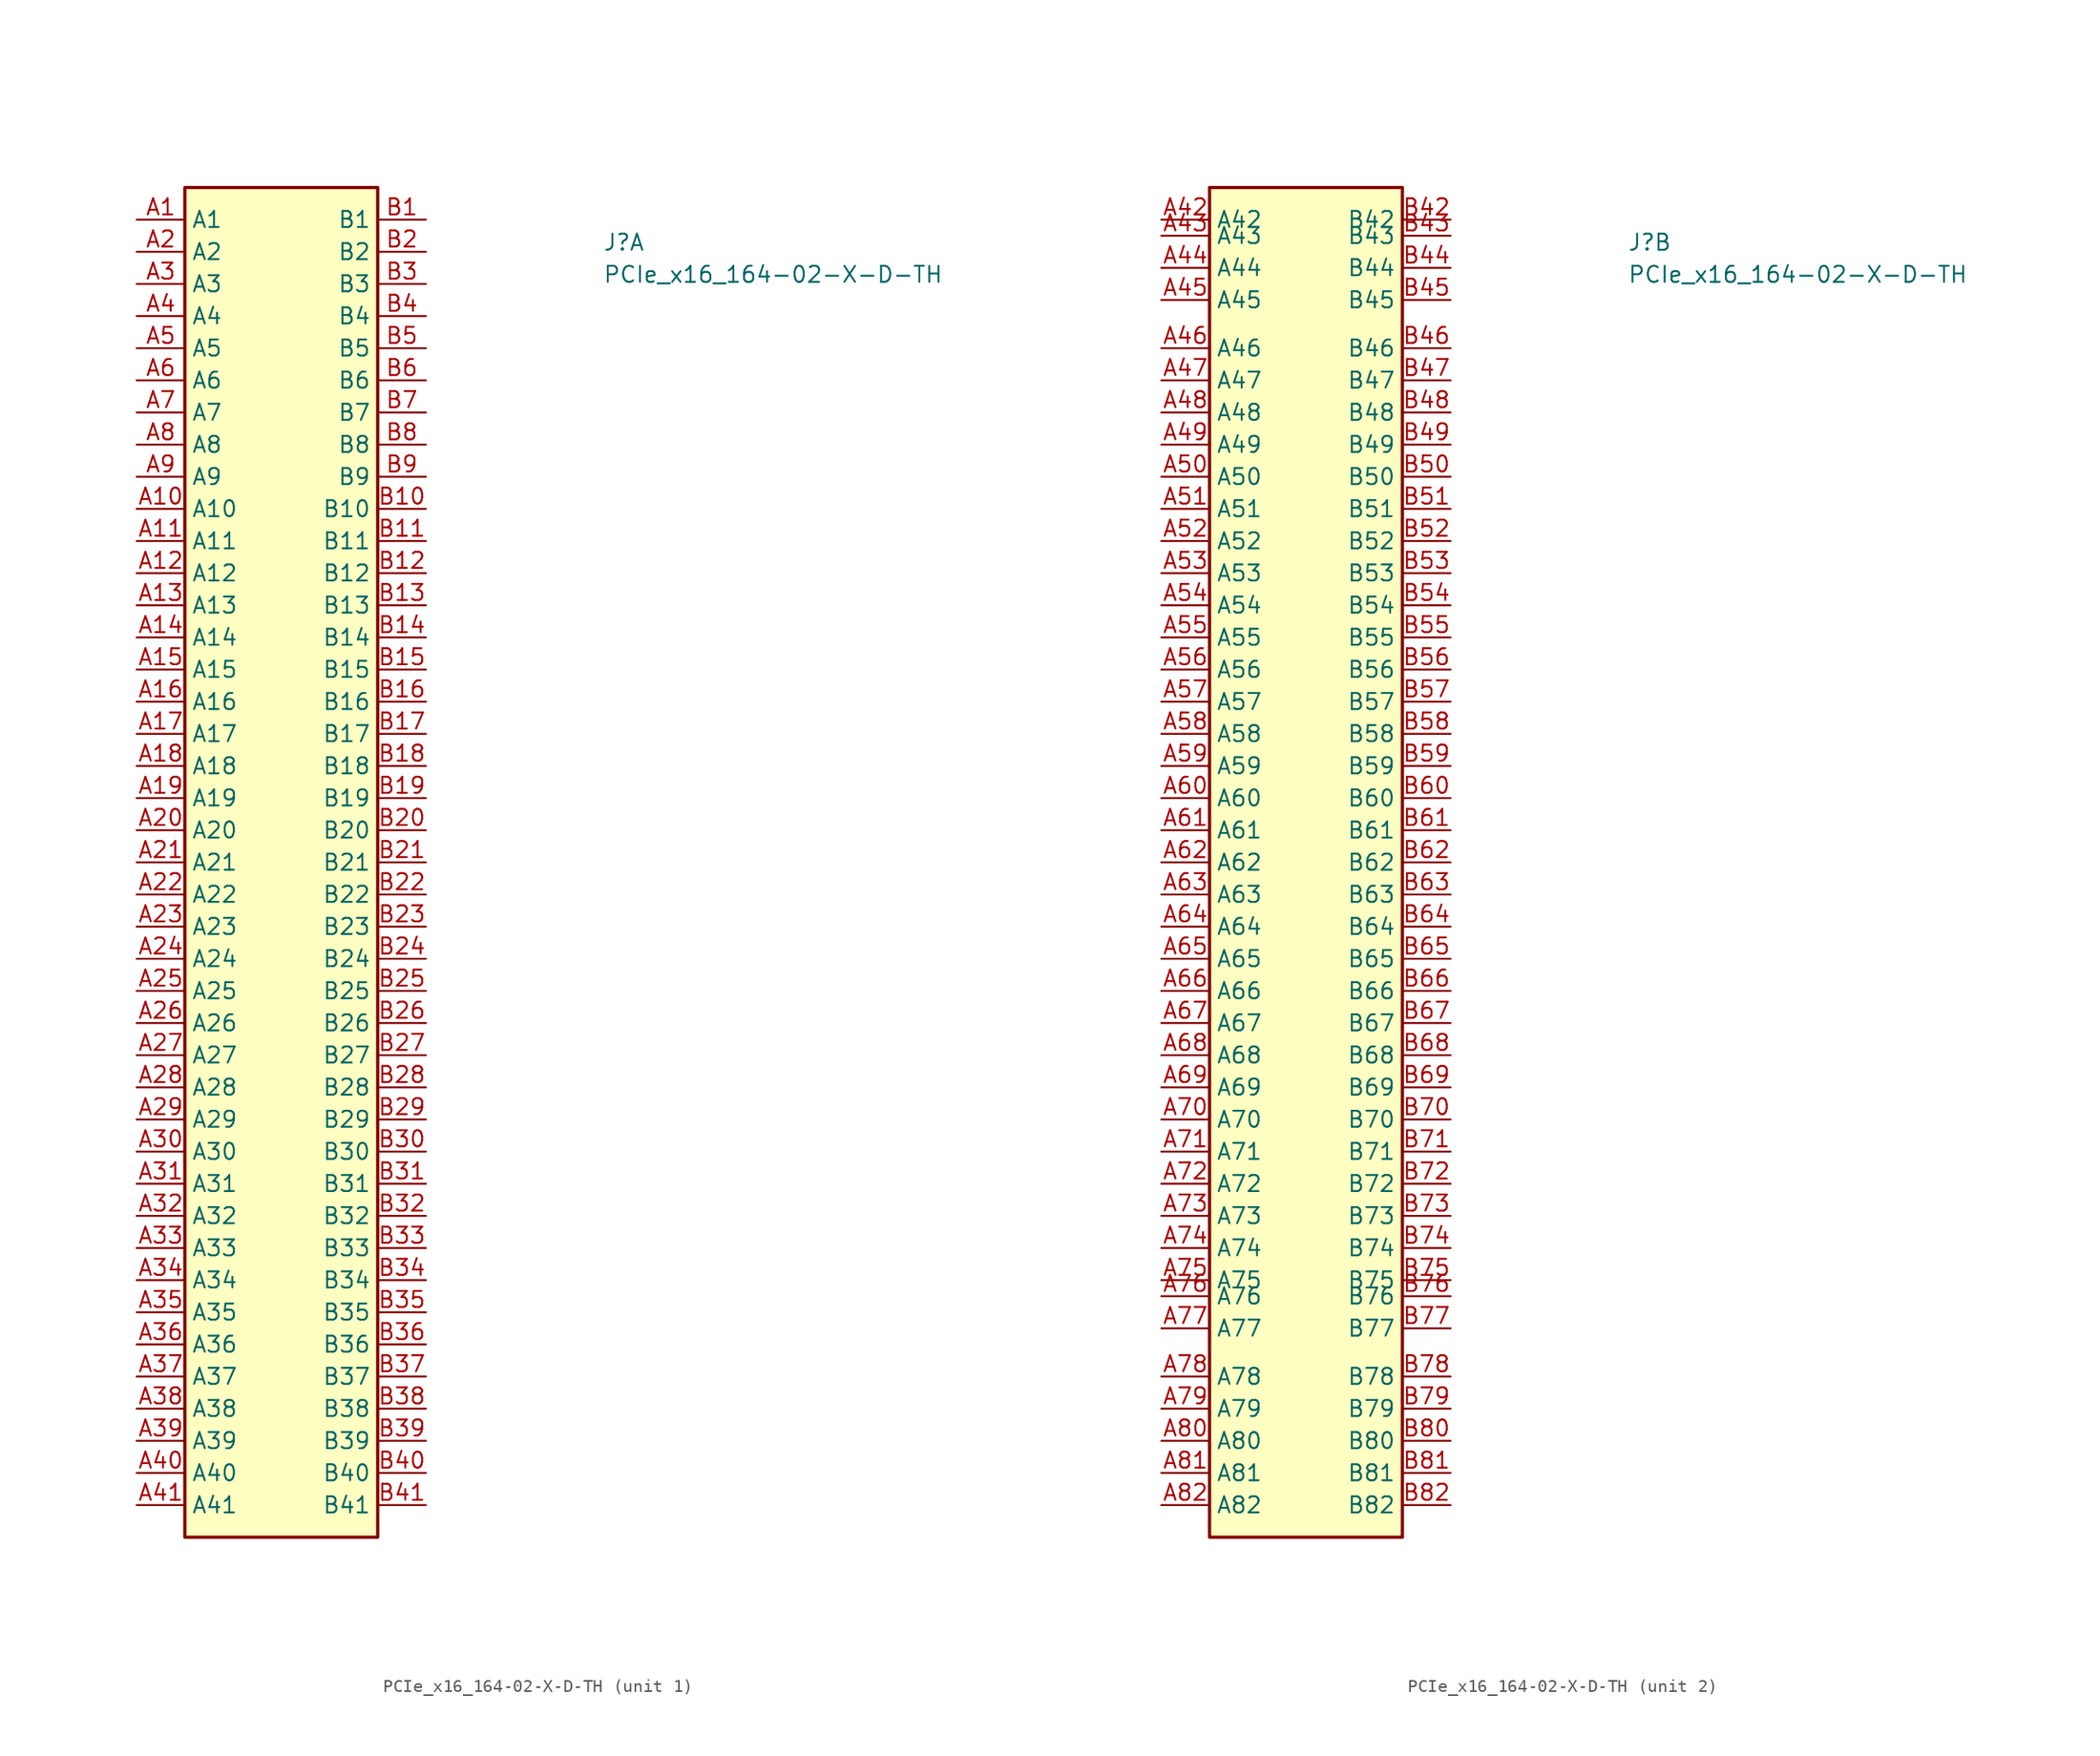
<source format=kicad_sym>
(kicad_symbol_lib
  (version 20211014)
  (generator kicad_symbol_editor)
  (symbol "PCIe_x16_164-02-X-D-TH"
    (property "Reference" "J"
      (at 36.83 -2.54 0)
      (effects (font (size 1.27 1.27) (thickness 0.15)) (justify left bottom)))
    (property "Value" "PCIe_x16_164-02-X-D-TH"
      (at 36.83 -5.08 0)
      (effects (font (size 1.27 1.27) (thickness 0.15)) (justify left bottom)))
    (symbol "PCIe_x16_164-02-X-D-TH_1_1"
      (rectangle (start 3.81 -104.14) (end 19.05 2.54) (stroke (width 0.254) (type default) (color 0 0 0 0)) (fill (type background)))
      (pin passive line (at 0 0 0) (length 3.81) (name "A1" (effects (font (size 1.27 1.27)))) (number "A1" (effects (font (size 1.27 1.27)))))
      (pin passive line (at 0 -22.86 0) (length 3.81) (name "A10" (effects (font (size 1.27 1.27)))) (number "A10" (effects (font (size 1.27 1.27)))))
      (pin passive line (at 0 -25.4 0) (length 3.81) (name "A11" (effects (font (size 1.27 1.27)))) (number "A11" (effects (font (size 1.27 1.27)))))
      (pin passive line (at 0 -27.94 0) (length 3.81) (name "A12" (effects (font (size 1.27 1.27)))) (number "A12" (effects (font (size 1.27 1.27)))))
      (pin passive line (at 0 -30.48 0) (length 3.81) (name "A13" (effects (font (size 1.27 1.27)))) (number "A13" (effects (font (size 1.27 1.27)))))
      (pin passive line (at 0 -33.02 0) (length 3.81) (name "A14" (effects (font (size 1.27 1.27)))) (number "A14" (effects (font (size 1.27 1.27)))))
      (pin passive line (at 0 -35.56 0) (length 3.81) (name "A15" (effects (font (size 1.27 1.27)))) (number "A15" (effects (font (size 1.27 1.27)))))
      (pin passive line (at 0 -38.1 0) (length 3.81) (name "A16" (effects (font (size 1.27 1.27)))) (number "A16" (effects (font (size 1.27 1.27)))))
      (pin passive line (at 0 -40.64 0) (length 3.81) (name "A17" (effects (font (size 1.27 1.27)))) (number "A17" (effects (font (size 1.27 1.27)))))
      (pin passive line (at 0 -43.18 0) (length 3.81) (name "A18" (effects (font (size 1.27 1.27)))) (number "A18" (effects (font (size 1.27 1.27)))))
      (pin passive line (at 0 -45.72 0) (length 3.81) (name "A19" (effects (font (size 1.27 1.27)))) (number "A19" (effects (font (size 1.27 1.27)))))
      (pin passive line (at 0 -2.54 0) (length 3.81) (name "A2" (effects (font (size 1.27 1.27)))) (number "A2" (effects (font (size 1.27 1.27)))))
      (pin passive line (at 0 -48.26 0) (length 3.81) (name "A20" (effects (font (size 1.27 1.27)))) (number "A20" (effects (font (size 1.27 1.27)))))
      (pin passive line (at 0 -50.8 0) (length 3.81) (name "A21" (effects (font (size 1.27 1.27)))) (number "A21" (effects (font (size 1.27 1.27)))))
      (pin passive line (at 0 -53.34 0) (length 3.81) (name "A22" (effects (font (size 1.27 1.27)))) (number "A22" (effects (font (size 1.27 1.27)))))
      (pin passive line (at 0 -55.88 0) (length 3.81) (name "A23" (effects (font (size 1.27 1.27)))) (number "A23" (effects (font (size 1.27 1.27)))))
      (pin passive line (at 0 -58.42 0) (length 3.81) (name "A24" (effects (font (size 1.27 1.27)))) (number "A24" (effects (font (size 1.27 1.27)))))
      (pin passive line (at 0 -60.96 0) (length 3.81) (name "A25" (effects (font (size 1.27 1.27)))) (number "A25" (effects (font (size 1.27 1.27)))))
      (pin passive line (at 0 -63.5 0) (length 3.81) (name "A26" (effects (font (size 1.27 1.27)))) (number "A26" (effects (font (size 1.27 1.27)))))
      (pin passive line (at 0 -66.04 0) (length 3.81) (name "A27" (effects (font (size 1.27 1.27)))) (number "A27" (effects (font (size 1.27 1.27)))))
      (pin passive line (at 0 -68.58 0) (length 3.81) (name "A28" (effects (font (size 1.27 1.27)))) (number "A28" (effects (font (size 1.27 1.27)))))
      (pin passive line (at 0 -71.12 0) (length 3.81) (name "A29" (effects (font (size 1.27 1.27)))) (number "A29" (effects (font (size 1.27 1.27)))))
      (pin passive line (at 0 -5.08 0) (length 3.81) (name "A3" (effects (font (size 1.27 1.27)))) (number "A3" (effects (font (size 1.27 1.27)))))
      (pin passive line (at 0 -73.66 0) (length 3.81) (name "A30" (effects (font (size 1.27 1.27)))) (number "A30" (effects (font (size 1.27 1.27)))))
      (pin passive line (at 0 -76.2 0) (length 3.81) (name "A31" (effects (font (size 1.27 1.27)))) (number "A31" (effects (font (size 1.27 1.27)))))
      (pin passive line (at 0 -78.74 0) (length 3.81) (name "A32" (effects (font (size 1.27 1.27)))) (number "A32" (effects (font (size 1.27 1.27)))))
      (pin passive line (at 0 -81.28 0) (length 3.81) (name "A33" (effects (font (size 1.27 1.27)))) (number "A33" (effects (font (size 1.27 1.27)))))
      (pin passive line (at 0 -83.82 0) (length 3.81) (name "A34" (effects (font (size 1.27 1.27)))) (number "A34" (effects (font (size 1.27 1.27)))))
      (pin passive line (at 0 -86.36 0) (length 3.81) (name "A35" (effects (font (size 1.27 1.27)))) (number "A35" (effects (font (size 1.27 1.27)))))
      (pin passive line (at 0 -88.9 0) (length 3.81) (name "A36" (effects (font (size 1.27 1.27)))) (number "A36" (effects (font (size 1.27 1.27)))))
      (pin passive line (at 0 -91.44 0) (length 3.81) (name "A37" (effects (font (size 1.27 1.27)))) (number "A37" (effects (font (size 1.27 1.27)))))
      (pin passive line (at 0 -93.98 0) (length 3.81) (name "A38" (effects (font (size 1.27 1.27)))) (number "A38" (effects (font (size 1.27 1.27)))))
      (pin passive line (at 0 -96.52 0) (length 3.81) (name "A39" (effects (font (size 1.27 1.27)))) (number "A39" (effects (font (size 1.27 1.27)))))
      (pin passive line (at 0 -7.62 0) (length 3.81) (name "A4" (effects (font (size 1.27 1.27)))) (number "A4" (effects (font (size 1.27 1.27)))))
      (pin passive line (at 0 -99.06 0) (length 3.81) (name "A40" (effects (font (size 1.27 1.27)))) (number "A40" (effects (font (size 1.27 1.27)))))
      (pin passive line (at 0 -101.6 0) (length 3.81) (name "A41" (effects (font (size 1.27 1.27)))) (number "A41" (effects (font (size 1.27 1.27)))))
      (pin passive line (at 0 -10.16 0) (length 3.81) (name "A5" (effects (font (size 1.27 1.27)))) (number "A5" (effects (font (size 1.27 1.27)))))
      (pin passive line (at 0 -12.7 0) (length 3.81) (name "A6" (effects (font (size 1.27 1.27)))) (number "A6" (effects (font (size 1.27 1.27)))))
      (pin passive line (at 0 -15.24 0) (length 3.81) (name "A7" (effects (font (size 1.27 1.27)))) (number "A7" (effects (font (size 1.27 1.27)))))
      (pin passive line (at 0 -17.78 0) (length 3.81) (name "A8" (effects (font (size 1.27 1.27)))) (number "A8" (effects (font (size 1.27 1.27)))))
      (pin passive line (at 0 -20.32 0) (length 3.81) (name "A9" (effects (font (size 1.27 1.27)))) (number "A9" (effects (font (size 1.27 1.27)))))
      (pin passive line (at 22.86 0 180) (length 3.81) (name "B1" (effects (font (size 1.27 1.27)))) (number "B1" (effects (font (size 1.27 1.27)))))
      (pin passive line (at 22.86 -22.86 180) (length 3.81) (name "B10" (effects (font (size 1.27 1.27)))) (number "B10" (effects (font (size 1.27 1.27)))))
      (pin passive line (at 22.86 -25.4 180) (length 3.81) (name "B11" (effects (font (size 1.27 1.27)))) (number "B11" (effects (font (size 1.27 1.27)))))
      (pin passive line (at 22.86 -27.94 180) (length 3.81) (name "B12" (effects (font (size 1.27 1.27)))) (number "B12" (effects (font (size 1.27 1.27)))))
      (pin passive line (at 22.86 -30.48 180) (length 3.81) (name "B13" (effects (font (size 1.27 1.27)))) (number "B13" (effects (font (size 1.27 1.27)))))
      (pin passive line (at 22.86 -33.02 180) (length 3.81) (name "B14" (effects (font (size 1.27 1.27)))) (number "B14" (effects (font (size 1.27 1.27)))))
      (pin passive line (at 22.86 -35.56 180) (length 3.81) (name "B15" (effects (font (size 1.27 1.27)))) (number "B15" (effects (font (size 1.27 1.27)))))
      (pin passive line (at 22.86 -38.1 180) (length 3.81) (name "B16" (effects (font (size 1.27 1.27)))) (number "B16" (effects (font (size 1.27 1.27)))))
      (pin passive line (at 22.86 -40.64 180) (length 3.81) (name "B17" (effects (font (size 1.27 1.27)))) (number "B17" (effects (font (size 1.27 1.27)))))
      (pin passive line (at 22.86 -43.18 180) (length 3.81) (name "B18" (effects (font (size 1.27 1.27)))) (number "B18" (effects (font (size 1.27 1.27)))))
      (pin passive line (at 22.86 -45.72 180) (length 3.81) (name "B19" (effects (font (size 1.27 1.27)))) (number "B19" (effects (font (size 1.27 1.27)))))
      (pin passive line (at 22.86 -2.54 180) (length 3.81) (name "B2" (effects (font (size 1.27 1.27)))) (number "B2" (effects (font (size 1.27 1.27)))))
      (pin passive line (at 22.86 -48.26 180) (length 3.81) (name "B20" (effects (font (size 1.27 1.27)))) (number "B20" (effects (font (size 1.27 1.27)))))
      (pin passive line (at 22.86 -50.8 180) (length 3.81) (name "B21" (effects (font (size 1.27 1.27)))) (number "B21" (effects (font (size 1.27 1.27)))))
      (pin passive line (at 22.86 -53.34 180) (length 3.81) (name "B22" (effects (font (size 1.27 1.27)))) (number "B22" (effects (font (size 1.27 1.27)))))
      (pin passive line (at 22.86 -55.88 180) (length 3.81) (name "B23" (effects (font (size 1.27 1.27)))) (number "B23" (effects (font (size 1.27 1.27)))))
      (pin passive line (at 22.86 -58.42 180) (length 3.81) (name "B24" (effects (font (size 1.27 1.27)))) (number "B24" (effects (font (size 1.27 1.27)))))
      (pin passive line (at 22.86 -60.96 180) (length 3.81) (name "B25" (effects (font (size 1.27 1.27)))) (number "B25" (effects (font (size 1.27 1.27)))))
      (pin passive line (at 22.86 -63.5 180) (length 3.81) (name "B26" (effects (font (size 1.27 1.27)))) (number "B26" (effects (font (size 1.27 1.27)))))
      (pin passive line (at 22.86 -66.04 180) (length 3.81) (name "B27" (effects (font (size 1.27 1.27)))) (number "B27" (effects (font (size 1.27 1.27)))))
      (pin passive line (at 22.86 -68.58 180) (length 3.81) (name "B28" (effects (font (size 1.27 1.27)))) (number "B28" (effects (font (size 1.27 1.27)))))
      (pin passive line (at 22.86 -71.12 180) (length 3.81) (name "B29" (effects (font (size 1.27 1.27)))) (number "B29" (effects (font (size 1.27 1.27)))))
      (pin passive line (at 22.86 -5.08 180) (length 3.81) (name "B3" (effects (font (size 1.27 1.27)))) (number "B3" (effects (font (size 1.27 1.27)))))
      (pin passive line (at 22.86 -73.66 180) (length 3.81) (name "B30" (effects (font (size 1.27 1.27)))) (number "B30" (effects (font (size 1.27 1.27)))))
      (pin passive line (at 22.86 -76.2 180) (length 3.81) (name "B31" (effects (font (size 1.27 1.27)))) (number "B31" (effects (font (size 1.27 1.27)))))
      (pin passive line (at 22.86 -78.74 180) (length 3.81) (name "B32" (effects (font (size 1.27 1.27)))) (number "B32" (effects (font (size 1.27 1.27)))))
      (pin passive line (at 22.86 -81.28 180) (length 3.81) (name "B33" (effects (font (size 1.27 1.27)))) (number "B33" (effects (font (size 1.27 1.27)))))
      (pin passive line (at 22.86 -83.82 180) (length 3.81) (name "B34" (effects (font (size 1.27 1.27)))) (number "B34" (effects (font (size 1.27 1.27)))))
      (pin passive line (at 22.86 -86.36 180) (length 3.81) (name "B35" (effects (font (size 1.27 1.27)))) (number "B35" (effects (font (size 1.27 1.27)))))
      (pin passive line (at 22.86 -88.9 180) (length 3.81) (name "B36" (effects (font (size 1.27 1.27)))) (number "B36" (effects (font (size 1.27 1.27)))))
      (pin passive line (at 22.86 -91.44 180) (length 3.81) (name "B37" (effects (font (size 1.27 1.27)))) (number "B37" (effects (font (size 1.27 1.27)))))
      (pin passive line (at 22.86 -93.98 180) (length 3.81) (name "B38" (effects (font (size 1.27 1.27)))) (number "B38" (effects (font (size 1.27 1.27)))))
      (pin passive line (at 22.86 -96.52 180) (length 3.81) (name "B39" (effects (font (size 1.27 1.27)))) (number "B39" (effects (font (size 1.27 1.27)))))
      (pin passive line (at 22.86 -7.62 180) (length 3.81) (name "B4" (effects (font (size 1.27 1.27)))) (number "B4" (effects (font (size 1.27 1.27)))))
      (pin passive line (at 22.86 -99.06 180) (length 3.81) (name "B40" (effects (font (size 1.27 1.27)))) (number "B40" (effects (font (size 1.27 1.27)))))
      (pin passive line (at 22.86 -101.6 180) (length 3.81) (name "B41" (effects (font (size 1.27 1.27)))) (number "B41" (effects (font (size 1.27 1.27)))))
      (pin passive line (at 22.86 -10.16 180) (length 3.81) (name "B5" (effects (font (size 1.27 1.27)))) (number "B5" (effects (font (size 1.27 1.27)))))
      (pin passive line (at 22.86 -12.7 180) (length 3.81) (name "B6" (effects (font (size 1.27 1.27)))) (number "B6" (effects (font (size 1.27 1.27)))))
      (pin passive line (at 22.86 -15.24 180) (length 3.81) (name "B7" (effects (font (size 1.27 1.27)))) (number "B7" (effects (font (size 1.27 1.27)))))
      (pin passive line (at 22.86 -17.78 180) (length 3.81) (name "B8" (effects (font (size 1.27 1.27)))) (number "B8" (effects (font (size 1.27 1.27)))))
      (pin passive line (at 22.86 -20.32 180) (length 3.81) (name "B9" (effects (font (size 1.27 1.27)))) (number "B9" (effects (font (size 1.27 1.27))))))
    (symbol "PCIe_x16_164-02-X-D-TH_2_1"
      (rectangle (start 3.81 -104.14) (end 19.05 2.54) (stroke (width 0.254) (type default) (color 0 0 0 0)) (fill (type background)))
      (pin passive line (at 0 0 0) (length 3.81) (name "A42" (effects (font (size 1.27 1.27)))) (number "A42" (effects (font (size 1.27 1.27)))))
      (pin passive line (at 0 -1.27 0) (length 3.81) (name "A43" (effects (font (size 1.27 1.27)))) (number "A43" (effects (font (size 1.27 1.27)))))
      (pin passive line (at 0 -3.81 0) (length 3.81) (name "A44" (effects (font (size 1.27 1.27)))) (number "A44" (effects (font (size 1.27 1.27)))))
      (pin passive line (at 0 -6.35 0) (length 3.81) (name "A45" (effects (font (size 1.27 1.27)))) (number "A45" (effects (font (size 1.27 1.27)))))
      (pin passive line (at 0 -10.16 0) (length 3.81) (name "A46" (effects (font (size 1.27 1.27)))) (number "A46" (effects (font (size 1.27 1.27)))))
      (pin passive line (at 0 -12.7 0) (length 3.81) (name "A47" (effects (font (size 1.27 1.27)))) (number "A47" (effects (font (size 1.27 1.27)))))
      (pin passive line (at 0 -15.24 0) (length 3.81) (name "A48" (effects (font (size 1.27 1.27)))) (number "A48" (effects (font (size 1.27 1.27)))))
      (pin passive line (at 0 -17.78 0) (length 3.81) (name "A49" (effects (font (size 1.27 1.27)))) (number "A49" (effects (font (size 1.27 1.27)))))
      (pin passive line (at 0 -20.32 0) (length 3.81) (name "A50" (effects (font (size 1.27 1.27)))) (number "A50" (effects (font (size 1.27 1.27)))))
      (pin passive line (at 0 -22.86 0) (length 3.81) (name "A51" (effects (font (size 1.27 1.27)))) (number "A51" (effects (font (size 1.27 1.27)))))
      (pin passive line (at 0 -25.4 0) (length 3.81) (name "A52" (effects (font (size 1.27 1.27)))) (number "A52" (effects (font (size 1.27 1.27)))))
      (pin passive line (at 0 -27.94 0) (length 3.81) (name "A53" (effects (font (size 1.27 1.27)))) (number "A53" (effects (font (size 1.27 1.27)))))
      (pin passive line (at 0 -30.48 0) (length 3.81) (name "A54" (effects (font (size 1.27 1.27)))) (number "A54" (effects (font (size 1.27 1.27)))))
      (pin passive line (at 0 -33.02 0) (length 3.81) (name "A55" (effects (font (size 1.27 1.27)))) (number "A55" (effects (font (size 1.27 1.27)))))
      (pin passive line (at 0 -35.56 0) (length 3.81) (name "A56" (effects (font (size 1.27 1.27)))) (number "A56" (effects (font (size 1.27 1.27)))))
      (pin passive line (at 0 -38.1 0) (length 3.81) (name "A57" (effects (font (size 1.27 1.27)))) (number "A57" (effects (font (size 1.27 1.27)))))
      (pin passive line (at 0 -40.64 0) (length 3.81) (name "A58" (effects (font (size 1.27 1.27)))) (number "A58" (effects (font (size 1.27 1.27)))))
      (pin passive line (at 0 -43.18 0) (length 3.81) (name "A59" (effects (font (size 1.27 1.27)))) (number "A59" (effects (font (size 1.27 1.27)))))
      (pin passive line (at 0 -45.72 0) (length 3.81) (name "A60" (effects (font (size 1.27 1.27)))) (number "A60" (effects (font (size 1.27 1.27)))))
      (pin passive line (at 0 -48.26 0) (length 3.81) (name "A61" (effects (font (size 1.27 1.27)))) (number "A61" (effects (font (size 1.27 1.27)))))
      (pin passive line (at 0 -50.8 0) (length 3.81) (name "A62" (effects (font (size 1.27 1.27)))) (number "A62" (effects (font (size 1.27 1.27)))))
      (pin passive line (at 0 -53.34 0) (length 3.81) (name "A63" (effects (font (size 1.27 1.27)))) (number "A63" (effects (font (size 1.27 1.27)))))
      (pin passive line (at 0 -55.88 0) (length 3.81) (name "A64" (effects (font (size 1.27 1.27)))) (number "A64" (effects (font (size 1.27 1.27)))))
      (pin passive line (at 0 -58.42 0) (length 3.81) (name "A65" (effects (font (size 1.27 1.27)))) (number "A65" (effects (font (size 1.27 1.27)))))
      (pin passive line (at 0 -60.96 0) (length 3.81) (name "A66" (effects (font (size 1.27 1.27)))) (number "A66" (effects (font (size 1.27 1.27)))))
      (pin passive line (at 0 -63.5 0) (length 3.81) (name "A67" (effects (font (size 1.27 1.27)))) (number "A67" (effects (font (size 1.27 1.27)))))
      (pin passive line (at 0 -66.04 0) (length 3.81) (name "A68" (effects (font (size 1.27 1.27)))) (number "A68" (effects (font (size 1.27 1.27)))))
      (pin passive line (at 0 -68.58 0) (length 3.81) (name "A69" (effects (font (size 1.27 1.27)))) (number "A69" (effects (font (size 1.27 1.27)))))
      (pin passive line (at 0 -71.12 0) (length 3.81) (name "A70" (effects (font (size 1.27 1.27)))) (number "A70" (effects (font (size 1.27 1.27)))))
      (pin passive line (at 0 -73.66 0) (length 3.81) (name "A71" (effects (font (size 1.27 1.27)))) (number "A71" (effects (font (size 1.27 1.27)))))
      (pin passive line (at 0 -76.2 0) (length 3.81) (name "A72" (effects (font (size 1.27 1.27)))) (number "A72" (effects (font (size 1.27 1.27)))))
      (pin passive line (at 0 -78.74 0) (length 3.81) (name "A73" (effects (font (size 1.27 1.27)))) (number "A73" (effects (font (size 1.27 1.27)))))
      (pin passive line (at 0 -81.28 0) (length 3.81) (name "A74" (effects (font (size 1.27 1.27)))) (number "A74" (effects (font (size 1.27 1.27)))))
      (pin passive line (at 0 -83.82 0) (length 3.81) (name "A75" (effects (font (size 1.27 1.27)))) (number "A75" (effects (font (size 1.27 1.27)))))
      (pin passive line (at 0 -85.09 0) (length 3.81) (name "A76" (effects (font (size 1.27 1.27)))) (number "A76" (effects (font (size 1.27 1.27)))))
      (pin passive line (at 0 -87.63 0) (length 3.81) (name "A77" (effects (font (size 1.27 1.27)))) (number "A77" (effects (font (size 1.27 1.27)))))
      (pin passive line (at 0 -91.44 0) (length 3.81) (name "A78" (effects (font (size 1.27 1.27)))) (number "A78" (effects (font (size 1.27 1.27)))))
      (pin passive line (at 0 -93.98 0) (length 3.81) (name "A79" (effects (font (size 1.27 1.27)))) (number "A79" (effects (font (size 1.27 1.27)))))
      (pin passive line (at 0 -96.52 0) (length 3.81) (name "A80" (effects (font (size 1.27 1.27)))) (number "A80" (effects (font (size 1.27 1.27)))))
      (pin passive line (at 0 -99.06 0) (length 3.81) (name "A81" (effects (font (size 1.27 1.27)))) (number "A81" (effects (font (size 1.27 1.27)))))
      (pin passive line (at 0 -101.6 0) (length 3.81) (name "A82" (effects (font (size 1.27 1.27)))) (number "A82" (effects (font (size 1.27 1.27)))))
      (pin passive line (at 22.86 0 180) (length 3.81) (name "B42" (effects (font (size 1.27 1.27)))) (number "B42" (effects (font (size 1.27 1.27)))))
      (pin passive line (at 22.86 -1.27 180) (length 3.81) (name "B43" (effects (font (size 1.27 1.27)))) (number "B43" (effects (font (size 1.27 1.27)))))
      (pin passive line (at 22.86 -3.81 180) (length 3.81) (name "B44" (effects (font (size 1.27 1.27)))) (number "B44" (effects (font (size 1.27 1.27)))))
      (pin passive line (at 22.86 -6.35 180) (length 3.81) (name "B45" (effects (font (size 1.27 1.27)))) (number "B45" (effects (font (size 1.27 1.27)))))
      (pin passive line (at 22.86 -10.16 180) (length 3.81) (name "B46" (effects (font (size 1.27 1.27)))) (number "B46" (effects (font (size 1.27 1.27)))))
      (pin passive line (at 22.86 -12.7 180) (length 3.81) (name "B47" (effects (font (size 1.27 1.27)))) (number "B47" (effects (font (size 1.27 1.27)))))
      (pin passive line (at 22.86 -15.24 180) (length 3.81) (name "B48" (effects (font (size 1.27 1.27)))) (number "B48" (effects (font (size 1.27 1.27)))))
      (pin passive line (at 22.86 -17.78 180) (length 3.81) (name "B49" (effects (font (size 1.27 1.27)))) (number "B49" (effects (font (size 1.27 1.27)))))
      (pin passive line (at 22.86 -20.32 180) (length 3.81) (name "B50" (effects (font (size 1.27 1.27)))) (number "B50" (effects (font (size 1.27 1.27)))))
      (pin passive line (at 22.86 -22.86 180) (length 3.81) (name "B51" (effects (font (size 1.27 1.27)))) (number "B51" (effects (font (size 1.27 1.27)))))
      (pin passive line (at 22.86 -25.4 180) (length 3.81) (name "B52" (effects (font (size 1.27 1.27)))) (number "B52" (effects (font (size 1.27 1.27)))))
      (pin passive line (at 22.86 -27.94 180) (length 3.81) (name "B53" (effects (font (size 1.27 1.27)))) (number "B53" (effects (font (size 1.27 1.27)))))
      (pin passive line (at 22.86 -30.48 180) (length 3.81) (name "B54" (effects (font (size 1.27 1.27)))) (number "B54" (effects (font (size 1.27 1.27)))))
      (pin passive line (at 22.86 -33.02 180) (length 3.81) (name "B55" (effects (font (size 1.27 1.27)))) (number "B55" (effects (font (size 1.27 1.27)))))
      (pin passive line (at 22.86 -35.56 180) (length 3.81) (name "B56" (effects (font (size 1.27 1.27)))) (number "B56" (effects (font (size 1.27 1.27)))))
      (pin passive line (at 22.86 -38.1 180) (length 3.81) (name "B57" (effects (font (size 1.27 1.27)))) (number "B57" (effects (font (size 1.27 1.27)))))
      (pin passive line (at 22.86 -40.64 180) (length 3.81) (name "B58" (effects (font (size 1.27 1.27)))) (number "B58" (effects (font (size 1.27 1.27)))))
      (pin passive line (at 22.86 -43.18 180) (length 3.81) (name "B59" (effects (font (size 1.27 1.27)))) (number "B59" (effects (font (size 1.27 1.27)))))
      (pin passive line (at 22.86 -45.72 180) (length 3.81) (name "B60" (effects (font (size 1.27 1.27)))) (number "B60" (effects (font (size 1.27 1.27)))))
      (pin passive line (at 22.86 -48.26 180) (length 3.81) (name "B61" (effects (font (size 1.27 1.27)))) (number "B61" (effects (font (size 1.27 1.27)))))
      (pin passive line (at 22.86 -50.8 180) (length 3.81) (name "B62" (effects (font (size 1.27 1.27)))) (number "B62" (effects (font (size 1.27 1.27)))))
      (pin passive line (at 22.86 -53.34 180) (length 3.81) (name "B63" (effects (font (size 1.27 1.27)))) (number "B63" (effects (font (size 1.27 1.27)))))
      (pin passive line (at 22.86 -55.88 180) (length 3.81) (name "B64" (effects (font (size 1.27 1.27)))) (number "B64" (effects (font (size 1.27 1.27)))))
      (pin passive line (at 22.86 -58.42 180) (length 3.81) (name "B65" (effects (font (size 1.27 1.27)))) (number "B65" (effects (font (size 1.27 1.27)))))
      (pin passive line (at 22.86 -60.96 180) (length 3.81) (name "B66" (effects (font (size 1.27 1.27)))) (number "B66" (effects (font (size 1.27 1.27)))))
      (pin passive line (at 22.86 -63.5 180) (length 3.81) (name "B67" (effects (font (size 1.27 1.27)))) (number "B67" (effects (font (size 1.27 1.27)))))
      (pin passive line (at 22.86 -66.04 180) (length 3.81) (name "B68" (effects (font (size 1.27 1.27)))) (number "B68" (effects (font (size 1.27 1.27)))))
      (pin passive line (at 22.86 -68.58 180) (length 3.81) (name "B69" (effects (font (size 1.27 1.27)))) (number "B69" (effects (font (size 1.27 1.27)))))
      (pin passive line (at 22.86 -71.12 180) (length 3.81) (name "B70" (effects (font (size 1.27 1.27)))) (number "B70" (effects (font (size 1.27 1.27)))))
      (pin passive line (at 22.86 -73.66 180) (length 3.81) (name "B71" (effects (font (size 1.27 1.27)))) (number "B71" (effects (font (size 1.27 1.27)))))
      (pin passive line (at 22.86 -76.2 180) (length 3.81) (name "B72" (effects (font (size 1.27 1.27)))) (number "B72" (effects (font (size 1.27 1.27)))))
      (pin passive line (at 22.86 -78.74 180) (length 3.81) (name "B73" (effects (font (size 1.27 1.27)))) (number "B73" (effects (font (size 1.27 1.27)))))
      (pin passive line (at 22.86 -81.28 180) (length 3.81) (name "B74" (effects (font (size 1.27 1.27)))) (number "B74" (effects (font (size 1.27 1.27)))))
      (pin passive line (at 22.86 -83.82 180) (length 3.81) (name "B75" (effects (font (size 1.27 1.27)))) (number "B75" (effects (font (size 1.27 1.27)))))
      (pin passive line (at 22.86 -85.09 180) (length 3.81) (name "B76" (effects (font (size 1.27 1.27)))) (number "B76" (effects (font (size 1.27 1.27)))))
      (pin passive line (at 22.86 -87.63 180) (length 3.81) (name "B77" (effects (font (size 1.27 1.27)))) (number "B77" (effects (font (size 1.27 1.27)))))
      (pin passive line (at 22.86 -91.44 180) (length 3.81) (name "B78" (effects (font (size 1.27 1.27)))) (number "B78" (effects (font (size 1.27 1.27)))))
      (pin passive line (at 22.86 -93.98 180) (length 3.81) (name "B79" (effects (font (size 1.27 1.27)))) (number "B79" (effects (font (size 1.27 1.27)))))
      (pin passive line (at 22.86 -96.52 180) (length 3.81) (name "B80" (effects (font (size 1.27 1.27)))) (number "B80" (effects (font (size 1.27 1.27)))))
      (pin passive line (at 22.86 -99.06 180) (length 3.81) (name "B81" (effects (font (size 1.27 1.27)))) (number "B81" (effects (font (size 1.27 1.27)))))
      (pin passive line (at 22.86 -101.6 180) (length 3.81) (name "B82" (effects (font (size 1.27 1.27)))) (number "B82" (effects (font (size 1.27 1.27))))))))
</source>
